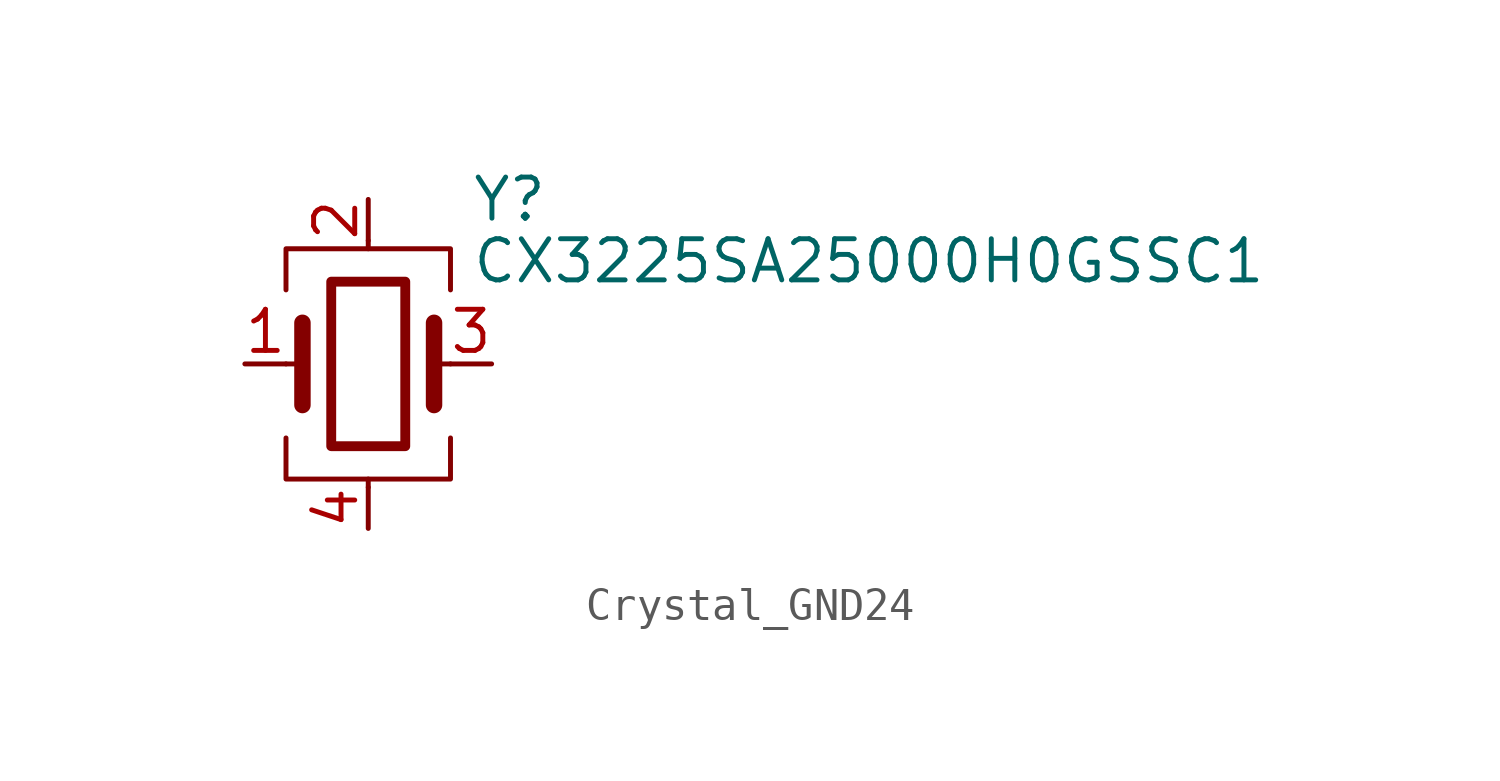
<source format=kicad_sym>
(kicad_symbol_lib
  (version 20241209)
  (generator "kicad_symbol_editor")
  (generator_version "9.0")
  (symbol "Crystal_GND24"
    (pin_names
      (offset 1.016)
      (hide yes))
    (property "Reference" "Y"
      (at 3.175 5.08 0)
      (effects (font (size 1.27 1.27)) (justify left)))
    (property "Value" "CX3225SA25000H0GSSC1"
      (at 3.175 3.175 0)
      (effects (font (size 1.27 1.27)) (justify left)))
    (symbol "Crystal_GND24_0_1"
      (polyline (pts (xy -2.54 2.286) (xy -2.54 3.556) (xy 2.54 3.556) (xy 2.54 2.286)) (stroke (width 0) (type default)) (fill (type none)))
      (polyline (pts (xy -2.54 0) (xy -2.032 0)) (stroke (width 0) (type default)) (fill (type none)))
      (polyline (pts (xy -2.54 -2.286) (xy -2.54 -3.556) (xy 2.54 -3.556) (xy 2.54 -2.286)) (stroke (width 0) (type default)) (fill (type none)))
      (polyline (pts (xy -2.032 -1.27) (xy -2.032 1.27)) (stroke (width 0.508) (type default)) (fill (type none)))
      (rectangle (start -1.143 2.54) (end 1.143 -2.54) (stroke (width 0.305) (type default)) (fill (type none)))
      (polyline (pts (xy 0 3.556) (xy 0 3.81)) (stroke (width 0) (type default)) (fill (type none)))
      (polyline (pts (xy 0 -3.81) (xy 0 -3.556)) (stroke (width 0) (type default)) (fill (type none)))
      (polyline (pts (xy 2.032 0) (xy 2.54 0)) (stroke (width 0) (type default)) (fill (type none)))
      (polyline (pts (xy 2.032 -1.27) (xy 2.032 1.27)) (stroke (width 0.508) (type default)) (fill (type none))))
    (symbol "Crystal_GND24_1_1"
      (pin passive line (at -3.81 0 0) (length 1.27) (name "1" (effects (font (size 1.27 1.27)))) (number "1" (effects (font (size 1.27 1.27)))))
      (pin passive line (at 0 5.08 270) (length 1.27) (name "2" (effects (font (size 1.27 1.27)))) (number "2" (effects (font (size 1.27 1.27)))))
      (pin passive line (at 0 -5.08 90) (length 1.27) (name "4" (effects (font (size 1.27 1.27)))) (number "4" (effects (font (size 1.27 1.27)))))
      (pin passive line (at 3.81 0 180) (length 1.27) (name "3" (effects (font (size 1.27 1.27)))) (number "3" (effects (font (size 1.27 1.27))))))))
</source>
